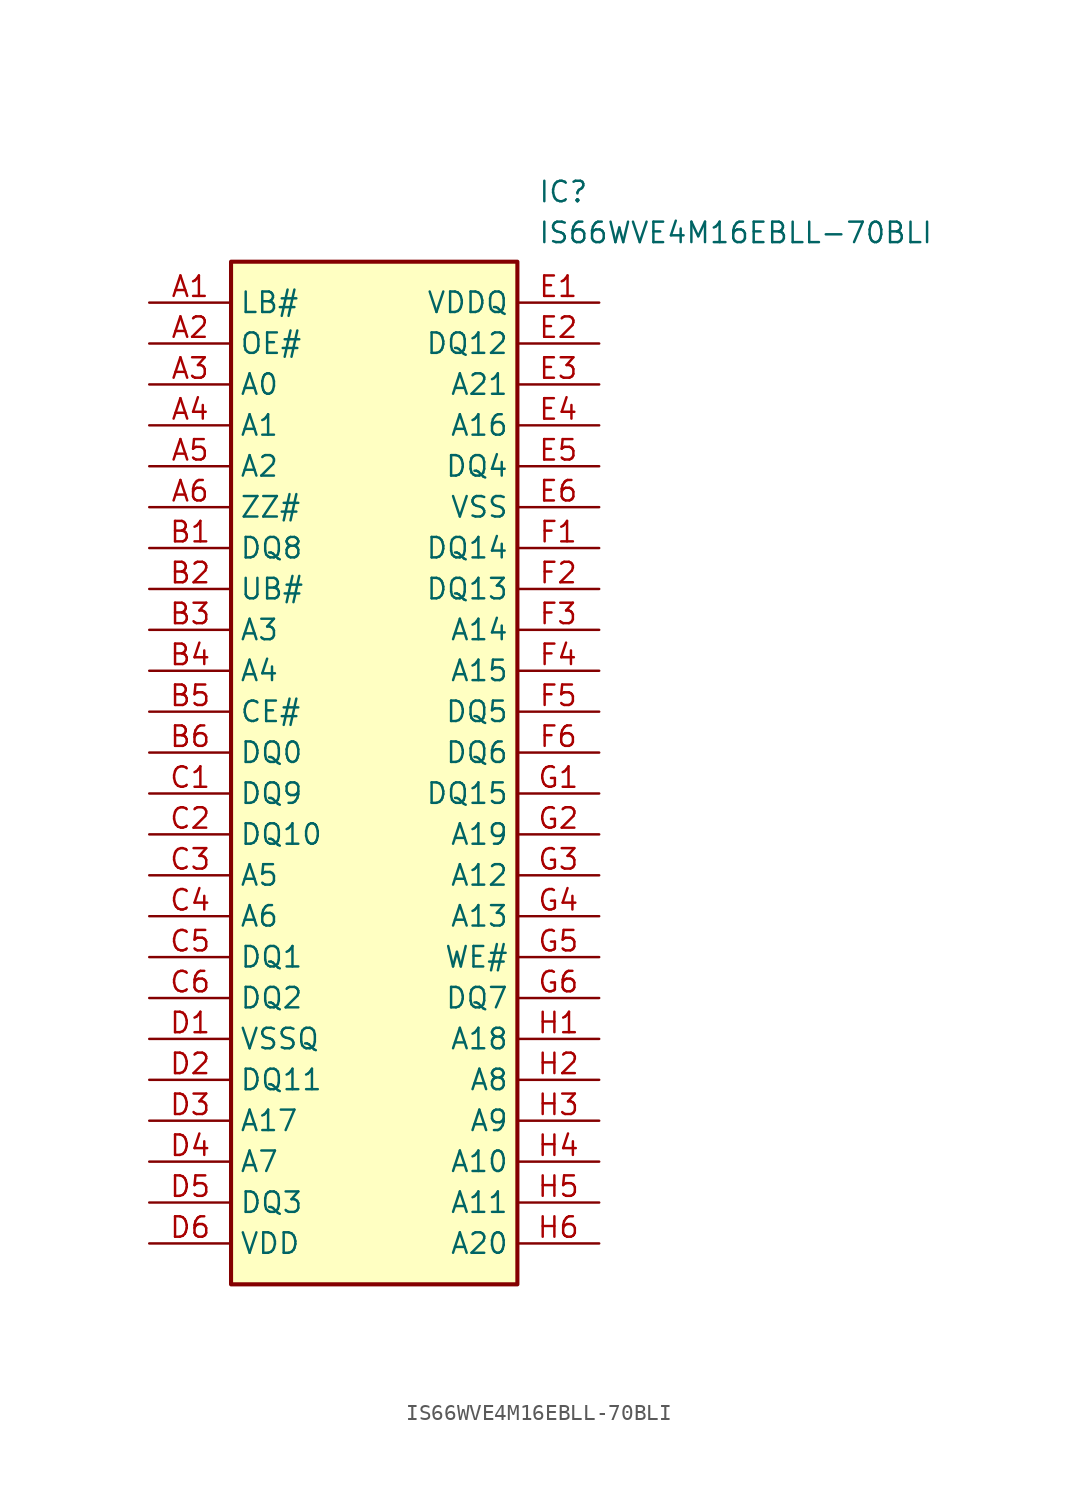
<source format=kicad_sym>
(kicad_symbol_lib
  (version 20211014)
  (generator SamacSys_ECAD_Model)
  (symbol "IS66WVE4M16EBLL-70BLI"
    (property "Reference" "IC"
      (at 24.13 7.62 0)
      (effects (font (size 1.27 1.27)) (justify left top)))
    (property "Value" "IS66WVE4M16EBLL-70BLI"
      (at 24.13 5.08 0)
      (effects (font (size 1.27 1.27)) (justify left top)))
    (rectangle
      (start 5.08 2.54)
      (end 22.86 -60.96)
      (stroke (width 0.254) (type default))
      (fill (type background)))
    (pin passive line
      (at 0 0 0)
      (length 5.08)
      (name "LB#" (effects (font (size 1.27 1.27))))
      (number "A1" (effects (font (size 1.27 1.27)))))
    (pin passive line
      (at 0 -2.54 0)
      (length 5.08)
      (name "OE#" (effects (font (size 1.27 1.27))))
      (number "A2" (effects (font (size 1.27 1.27)))))
    (pin passive line
      (at 0 -5.08 0)
      (length 5.08)
      (name "A0" (effects (font (size 1.27 1.27))))
      (number "A3" (effects (font (size 1.27 1.27)))))
    (pin passive line
      (at 0 -7.62 0)
      (length 5.08)
      (name "A1" (effects (font (size 1.27 1.27))))
      (number "A4" (effects (font (size 1.27 1.27)))))
    (pin passive line
      (at 0 -10.16 0)
      (length 5.08)
      (name "A2" (effects (font (size 1.27 1.27))))
      (number "A5" (effects (font (size 1.27 1.27)))))
    (pin passive line
      (at 0 -12.7 0)
      (length 5.08)
      (name "ZZ#" (effects (font (size 1.27 1.27))))
      (number "A6" (effects (font (size 1.27 1.27)))))
    (pin passive line
      (at 0 -15.24 0)
      (length 5.08)
      (name "DQ8" (effects (font (size 1.27 1.27))))
      (number "B1" (effects (font (size 1.27 1.27)))))
    (pin passive line
      (at 0 -17.78 0)
      (length 5.08)
      (name "UB#" (effects (font (size 1.27 1.27))))
      (number "B2" (effects (font (size 1.27 1.27)))))
    (pin passive line
      (at 0 -20.32 0)
      (length 5.08)
      (name "A3" (effects (font (size 1.27 1.27))))
      (number "B3" (effects (font (size 1.27 1.27)))))
    (pin passive line
      (at 0 -22.86 0)
      (length 5.08)
      (name "A4" (effects (font (size 1.27 1.27))))
      (number "B4" (effects (font (size 1.27 1.27)))))
    (pin passive line
      (at 0 -25.4 0)
      (length 5.08)
      (name "CE#" (effects (font (size 1.27 1.27))))
      (number "B5" (effects (font (size 1.27 1.27)))))
    (pin passive line
      (at 0 -27.94 0)
      (length 5.08)
      (name "DQ0" (effects (font (size 1.27 1.27))))
      (number "B6" (effects (font (size 1.27 1.27)))))
    (pin passive line
      (at 0 -30.48 0)
      (length 5.08)
      (name "DQ9" (effects (font (size 1.27 1.27))))
      (number "C1" (effects (font (size 1.27 1.27)))))
    (pin passive line
      (at 0 -33.02 0)
      (length 5.08)
      (name "DQ10" (effects (font (size 1.27 1.27))))
      (number "C2" (effects (font (size 1.27 1.27)))))
    (pin passive line
      (at 0 -35.56 0)
      (length 5.08)
      (name "A5" (effects (font (size 1.27 1.27))))
      (number "C3" (effects (font (size 1.27 1.27)))))
    (pin passive line
      (at 0 -38.1 0)
      (length 5.08)
      (name "A6" (effects (font (size 1.27 1.27))))
      (number "C4" (effects (font (size 1.27 1.27)))))
    (pin passive line
      (at 0 -40.64 0)
      (length 5.08)
      (name "DQ1" (effects (font (size 1.27 1.27))))
      (number "C5" (effects (font (size 1.27 1.27)))))
    (pin passive line
      (at 0 -43.18 0)
      (length 5.08)
      (name "DQ2" (effects (font (size 1.27 1.27))))
      (number "C6" (effects (font (size 1.27 1.27)))))
    (pin passive line
      (at 0 -45.72 0)
      (length 5.08)
      (name "VSSQ" (effects (font (size 1.27 1.27))))
      (number "D1" (effects (font (size 1.27 1.27)))))
    (pin passive line
      (at 0 -48.26 0)
      (length 5.08)
      (name "DQ11" (effects (font (size 1.27 1.27))))
      (number "D2" (effects (font (size 1.27 1.27)))))
    (pin passive line
      (at 0 -50.8 0)
      (length 5.08)
      (name "A17" (effects (font (size 1.27 1.27))))
      (number "D3" (effects (font (size 1.27 1.27)))))
    (pin passive line
      (at 0 -53.34 0)
      (length 5.08)
      (name "A7" (effects (font (size 1.27 1.27))))
      (number "D4" (effects (font (size 1.27 1.27)))))
    (pin passive line
      (at 0 -55.88 0)
      (length 5.08)
      (name "DQ3" (effects (font (size 1.27 1.27))))
      (number "D5" (effects (font (size 1.27 1.27)))))
    (pin passive line
      (at 0 -58.42 0)
      (length 5.08)
      (name "VDD" (effects (font (size 1.27 1.27))))
      (number "D6" (effects (font (size 1.27 1.27)))))
    (pin passive line
      (at 27.94 0 180)
      (length 5.08)
      (name "VDDQ" (effects (font (size 1.27 1.27))))
      (number "E1" (effects (font (size 1.27 1.27)))))
    (pin passive line
      (at 27.94 -2.54 180)
      (length 5.08)
      (name "DQ12" (effects (font (size 1.27 1.27))))
      (number "E2" (effects (font (size 1.27 1.27)))))
    (pin passive line
      (at 27.94 -5.08 180)
      (length 5.08)
      (name "A21" (effects (font (size 1.27 1.27))))
      (number "E3" (effects (font (size 1.27 1.27)))))
    (pin passive line
      (at 27.94 -7.62 180)
      (length 5.08)
      (name "A16" (effects (font (size 1.27 1.27))))
      (number "E4" (effects (font (size 1.27 1.27)))))
    (pin passive line
      (at 27.94 -10.16 180)
      (length 5.08)
      (name "DQ4" (effects (font (size 1.27 1.27))))
      (number "E5" (effects (font (size 1.27 1.27)))))
    (pin passive line
      (at 27.94 -12.7 180)
      (length 5.08)
      (name "VSS" (effects (font (size 1.27 1.27))))
      (number "E6" (effects (font (size 1.27 1.27)))))
    (pin passive line
      (at 27.94 -15.24 180)
      (length 5.08)
      (name "DQ14" (effects (font (size 1.27 1.27))))
      (number "F1" (effects (font (size 1.27 1.27)))))
    (pin passive line
      (at 27.94 -17.78 180)
      (length 5.08)
      (name "DQ13" (effects (font (size 1.27 1.27))))
      (number "F2" (effects (font (size 1.27 1.27)))))
    (pin passive line
      (at 27.94 -20.32 180)
      (length 5.08)
      (name "A14" (effects (font (size 1.27 1.27))))
      (number "F3" (effects (font (size 1.27 1.27)))))
    (pin passive line
      (at 27.94 -22.86 180)
      (length 5.08)
      (name "A15" (effects (font (size 1.27 1.27))))
      (number "F4" (effects (font (size 1.27 1.27)))))
    (pin passive line
      (at 27.94 -25.4 180)
      (length 5.08)
      (name "DQ5" (effects (font (size 1.27 1.27))))
      (number "F5" (effects (font (size 1.27 1.27)))))
    (pin passive line
      (at 27.94 -27.94 180)
      (length 5.08)
      (name "DQ6" (effects (font (size 1.27 1.27))))
      (number "F6" (effects (font (size 1.27 1.27)))))
    (pin passive line
      (at 27.94 -30.48 180)
      (length 5.08)
      (name "DQ15" (effects (font (size 1.27 1.27))))
      (number "G1" (effects (font (size 1.27 1.27)))))
    (pin passive line
      (at 27.94 -33.02 180)
      (length 5.08)
      (name "A19" (effects (font (size 1.27 1.27))))
      (number "G2" (effects (font (size 1.27 1.27)))))
    (pin passive line
      (at 27.94 -35.56 180)
      (length 5.08)
      (name "A12" (effects (font (size 1.27 1.27))))
      (number "G3" (effects (font (size 1.27 1.27)))))
    (pin passive line
      (at 27.94 -38.1 180)
      (length 5.08)
      (name "A13" (effects (font (size 1.27 1.27))))
      (number "G4" (effects (font (size 1.27 1.27)))))
    (pin passive line
      (at 27.94 -40.64 180)
      (length 5.08)
      (name "WE#" (effects (font (size 1.27 1.27))))
      (number "G5" (effects (font (size 1.27 1.27)))))
    (pin passive line
      (at 27.94 -43.18 180)
      (length 5.08)
      (name "DQ7" (effects (font (size 1.27 1.27))))
      (number "G6" (effects (font (size 1.27 1.27)))))
    (pin passive line
      (at 27.94 -45.72 180)
      (length 5.08)
      (name "A18" (effects (font (size 1.27 1.27))))
      (number "H1" (effects (font (size 1.27 1.27)))))
    (pin passive line
      (at 27.94 -48.26 180)
      (length 5.08)
      (name "A8" (effects (font (size 1.27 1.27))))
      (number "H2" (effects (font (size 1.27 1.27)))))
    (pin passive line
      (at 27.94 -50.8 180)
      (length 5.08)
      (name "A9" (effects (font (size 1.27 1.27))))
      (number "H3" (effects (font (size 1.27 1.27)))))
    (pin passive line
      (at 27.94 -53.34 180)
      (length 5.08)
      (name "A10" (effects (font (size 1.27 1.27))))
      (number "H4" (effects (font (size 1.27 1.27)))))
    (pin passive line
      (at 27.94 -55.88 180)
      (length 5.08)
      (name "A11" (effects (font (size 1.27 1.27))))
      (number "H5" (effects (font (size 1.27 1.27)))))
    (pin passive line
      (at 27.94 -58.42 180)
      (length 5.08)
      (name "A20" (effects (font (size 1.27 1.27))))
      (number "H6" (effects (font (size 1.27 1.27)))))))
</source>
